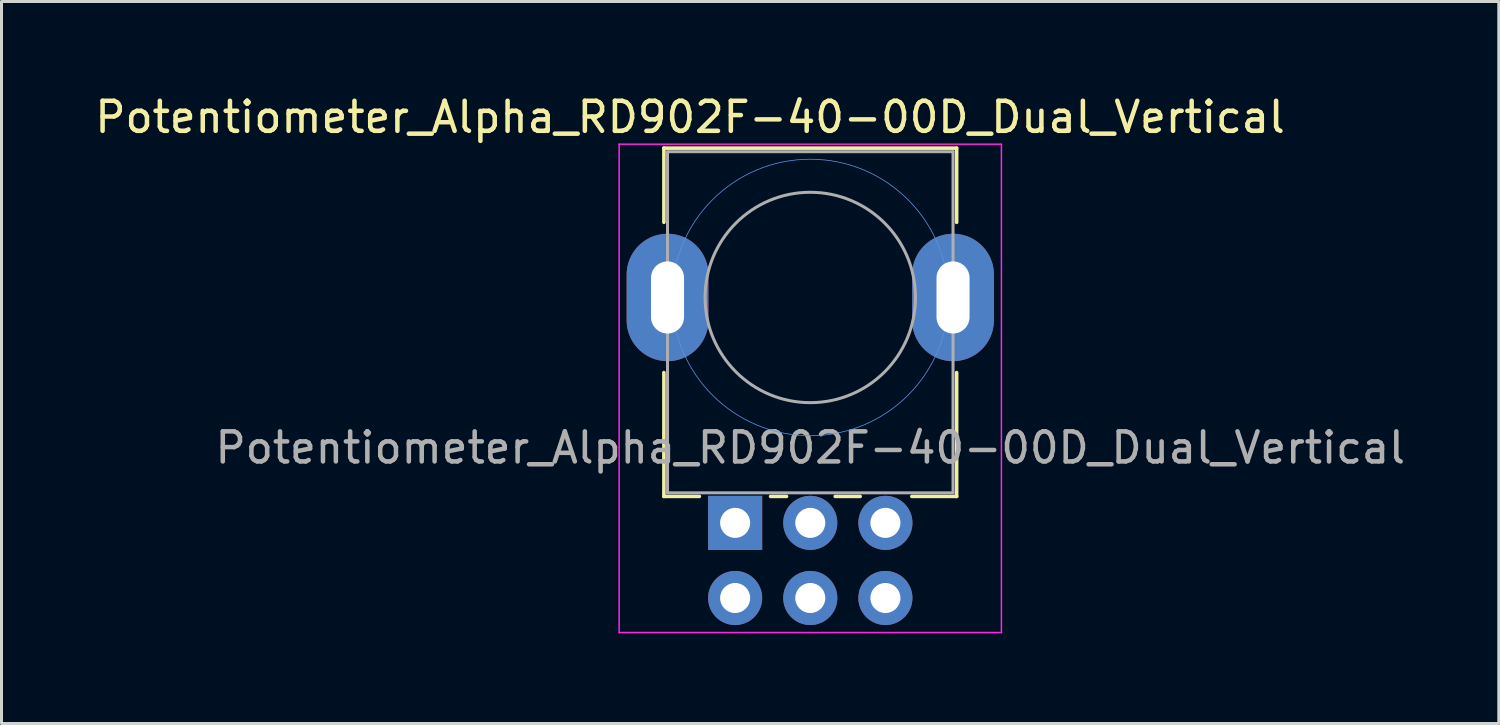
<source format=kicad_pcb>
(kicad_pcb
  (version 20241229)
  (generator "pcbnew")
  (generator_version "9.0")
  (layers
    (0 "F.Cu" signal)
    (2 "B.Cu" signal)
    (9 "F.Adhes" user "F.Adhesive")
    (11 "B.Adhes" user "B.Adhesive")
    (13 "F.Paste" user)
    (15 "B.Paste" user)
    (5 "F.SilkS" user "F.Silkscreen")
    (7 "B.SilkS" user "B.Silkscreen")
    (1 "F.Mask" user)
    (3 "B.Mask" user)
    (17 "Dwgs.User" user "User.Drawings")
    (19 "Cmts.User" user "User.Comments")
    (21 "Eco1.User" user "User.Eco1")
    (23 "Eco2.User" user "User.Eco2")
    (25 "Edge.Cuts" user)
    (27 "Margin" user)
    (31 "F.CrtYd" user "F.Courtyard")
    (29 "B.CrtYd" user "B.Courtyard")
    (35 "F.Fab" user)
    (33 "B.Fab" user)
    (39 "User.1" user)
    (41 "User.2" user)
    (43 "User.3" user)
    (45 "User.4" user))
  (footprint "Potentiometer_Alpha_RD902F-40-00D_Dual_Vertical"
    (layer "F.Cu")
    (at 23.911 6.848)
    (property "Reference" "Potentiometer_Alpha_RD902F-40-00D_Dual_Vertical" (at -4 -6 0) (layer "F.SilkS") (effects (font (size 1 1) (thickness 0.15))))
    (attr through_hole)
    (fp_line (start -4.87 -2.5) (end -4.87 -4.97) (stroke (width 0.12) (type solid)) (layer "F.SilkS"))
    (fp_line (start -4.87 6.62) (end -4.87 2.5) (stroke (width 0.12) (type solid)) (layer "F.SilkS"))
    (fp_line (start -3.69 6.62) (end -4.87 6.62) (stroke (width 0.12) (type solid)) (layer "F.SilkS"))
    (fp_line (start -0.79 6.62) (end -1.32 6.62) (stroke (width 0.12) (type solid)) (layer "F.SilkS"))
    (fp_line (start 1.66 6.62) (end 0.83 6.62) (stroke (width 0.12) (type solid)) (layer "F.SilkS"))
    (fp_line (start 4.87 -4.97) (end -4.87 -4.97) (stroke (width 0.12) (type solid)) (layer "F.SilkS"))
    (fp_line (start 4.87 -2.5) (end 4.87 -4.97) (stroke (width 0.12) (type solid)) (layer "F.SilkS"))
    (fp_line (start 4.87 6.62) (end 3.38 6.62) (stroke (width 0.12) (type solid)) (layer "F.SilkS"))
    (fp_line (start 4.87 6.62) (end 4.87 2.5) (stroke (width 0.12) (type solid)) (layer "F.SilkS"))
    (fp_circle (center 0 0) (end 0 -4.6) (stroke (width 0.025) (type solid)) (fill no) (layer "Cmts.User"))
    (fp_line (start -6.36 -5.1) (end -6.36 11.15) (stroke (width 0.05) (type solid)) (layer "F.CrtYd"))
    (fp_line (start -6.36 11.15) (end 6.36 11.15) (stroke (width 0.05) (type solid)) (layer "F.CrtYd"))
    (fp_line (start 6.36 -5.1) (end -6.36 -5.1) (stroke (width 0.05) (type solid)) (layer "F.CrtYd"))
    (fp_line (start 6.36 11.15) (end 6.36 -5.1) (stroke (width 0.05) (type solid)) (layer "F.CrtYd"))
    (fp_line (start -4.75 6.5) (end -4.75 -4.85) (stroke (width 0.1) (type solid)) (layer "F.Fab"))
    (fp_line (start 4.75 -4.85) (end -4.75 -4.85) (stroke (width 0.1) (type solid)) (layer "F.Fab"))
    (fp_line (start 4.75 6.5) (end -4.75 6.5) (stroke (width 0.1) (type solid)) (layer "F.Fab"))
    (fp_line (start 4.75 6.5) (end 4.75 -4.85) (stroke (width 0.1) (type solid)) (layer "F.Fab"))
    (fp_circle (center 0 0) (end -3.5 0) (stroke (width 0.1) (type solid)) (fill no) (layer "F.Fab"))
    (fp_text user "${REFERENCE}" (at 0 5 180) (layer "F.Fab") (effects (font (size 1 1) (thickness 0.15))))
    (pad "" thru_hole oval (at -4.75 0 180) (size 2.72 4.24) (drill oval 1.1 2.4) (layers "*.Cu" "*.Mask"))
    (pad "" thru_hole oval (at 4.75 0 180) (size 2.72 4.24) (drill oval 1.1 2.4) (layers "*.Cu" "*.Mask"))
    (pad "1" thru_hole rect (at -2.5 7.5 180) (size 1.8 1.8) (drill 1) (layers "*.Cu" "*.Mask"))
    (pad "2" thru_hole circle (at 0 7.5 180) (size 1.8 1.8) (drill 1) (layers "*.Cu" "*.Mask"))
    (pad "3" thru_hole circle (at 2.5 7.5 180) (size 1.8 1.8) (drill 1) (layers "*.Cu" "*.Mask"))
    (pad "4" thru_hole circle (at -2.5 10 180) (size 1.8 1.8) (drill 1) (layers "*.Cu" "*.Mask"))
    (pad "5" thru_hole circle (at 0 10 180) (size 1.8 1.8) (drill 1) (layers "*.Cu" "*.Mask"))
    (pad "6" thru_hole circle (at 2.5 10 180) (size 1.8 1.8) (drill 1) (layers "*.Cu" "*.Mask")))
  (gr_rect
    (start -3 -3)
    (end 46.821 21.023)
    (stroke (width 0.1) (type default))
    (fill no)
    (layer "Edge.Cuts")))
</source>
